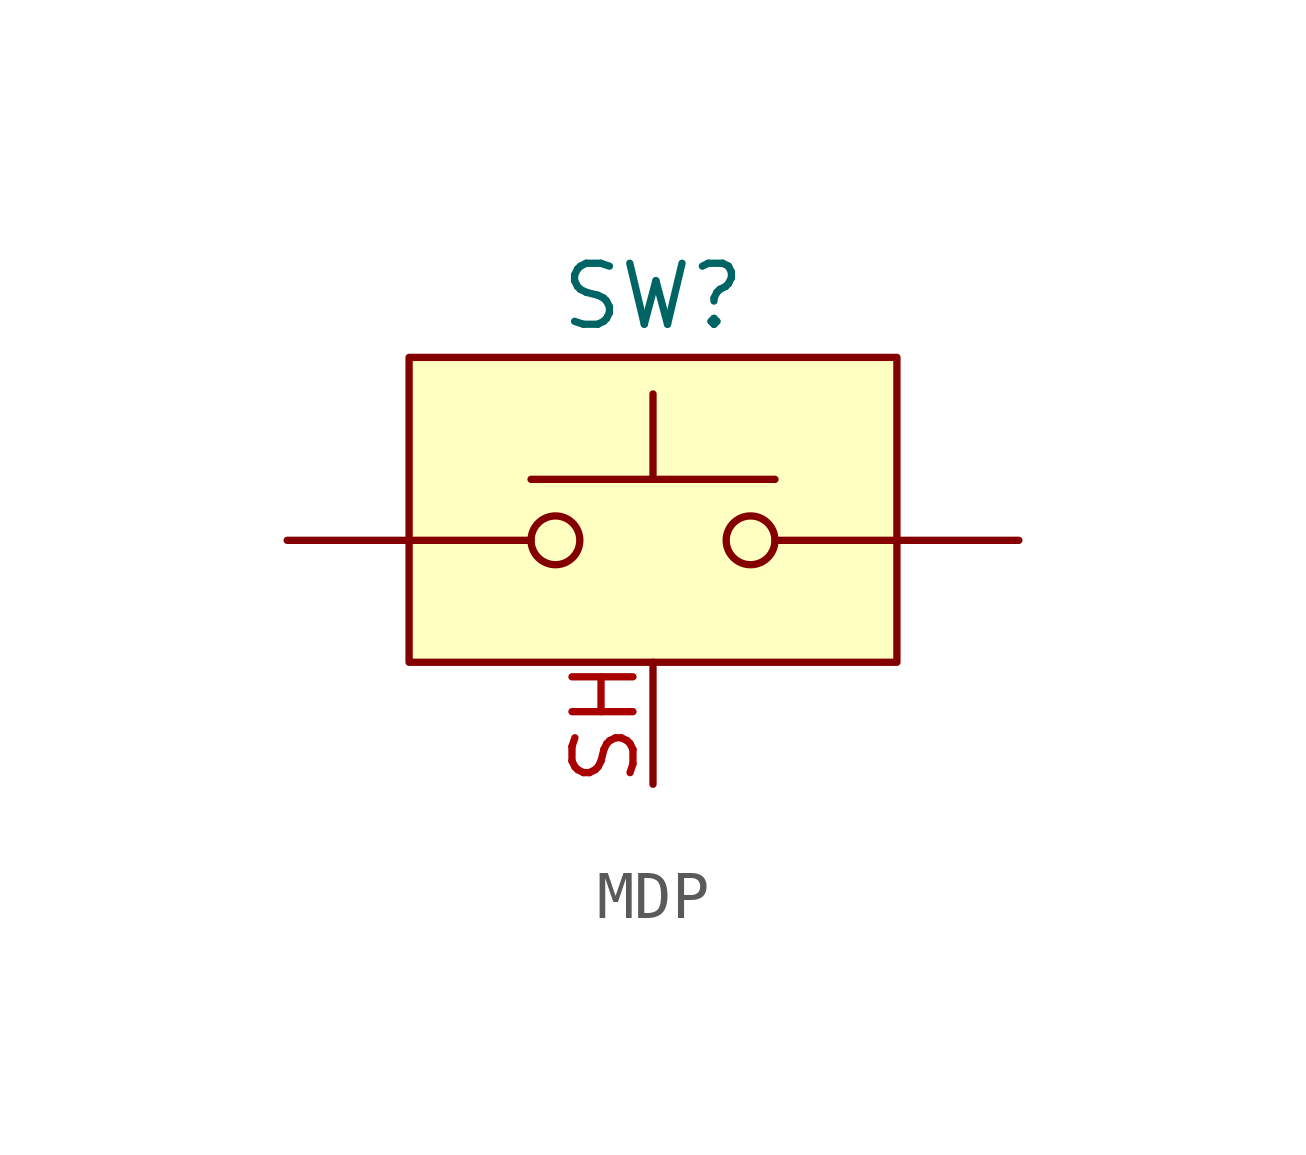
<source format=kicad_sym>
(kicad_symbol_lib
  (version 20241209)
  (generator "kicad_symbol_editor")
  (generator_version "9.0")
  (symbol "MDP"
    (property "Reference" "SW"
      (at 0 5.08 0)
      (effects (font (size 1.27 1.27))))
    (property "Value" ""
      (at 0 0 0)
      (effects (font (size 1.27 1.27))))
    (symbol "MDP_0_1"
      (circle (center -2.032 0) (radius 0.508) (stroke (width 0) (type default)) (fill (type none)))
      (polyline (pts (xy 0 1.27) (xy 0 3.048)) (stroke (width 0) (type default)) (fill (type none)))
      (circle (center 2.032 0) (radius 0.508) (stroke (width 0) (type default)) (fill (type none)))
      (polyline (pts (xy 2.54 1.27) (xy -2.54 1.27)) (stroke (width 0) (type default)) (fill (type none))))
    (symbol "MDP_1_1"
      (rectangle (start -5.08 3.81) (end 5.08 -2.54) (stroke (width 0) (type solid)) (fill (type background)))
      (pin passive line (at -7.62 0 0) (length 5.08) (name "1" (effects (font (size 0 0)))) (number "1" (effects (font (size 0 0)))))
      (pin passive line (at 0 -5.08 90) (length 2.54) (name "" (effects (font (size 1.27 1.27)))) (number "SH" (effects (font (size 1.27 1.27)))))
      (pin passive line (at 7.62 0 180) (length 5.08) (name "2" (effects (font (size 0 0)))) (number "2" (effects (font (size 0 0))))))))
</source>
